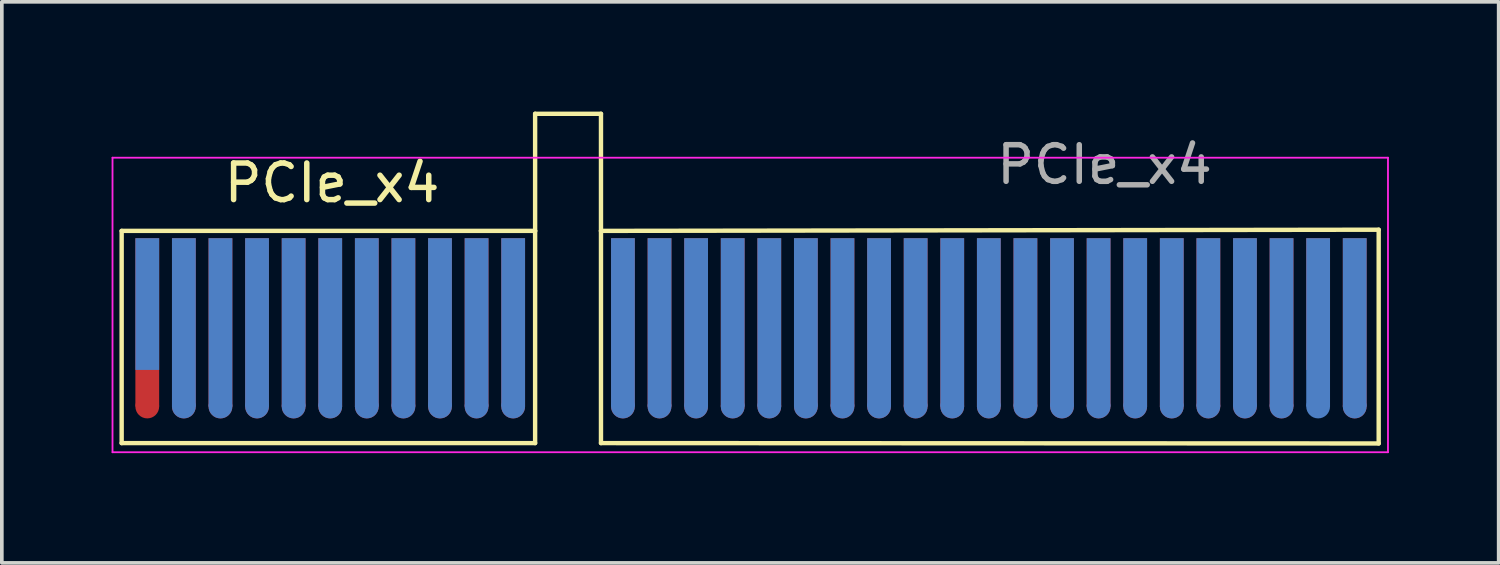
<source format=kicad_pcb>
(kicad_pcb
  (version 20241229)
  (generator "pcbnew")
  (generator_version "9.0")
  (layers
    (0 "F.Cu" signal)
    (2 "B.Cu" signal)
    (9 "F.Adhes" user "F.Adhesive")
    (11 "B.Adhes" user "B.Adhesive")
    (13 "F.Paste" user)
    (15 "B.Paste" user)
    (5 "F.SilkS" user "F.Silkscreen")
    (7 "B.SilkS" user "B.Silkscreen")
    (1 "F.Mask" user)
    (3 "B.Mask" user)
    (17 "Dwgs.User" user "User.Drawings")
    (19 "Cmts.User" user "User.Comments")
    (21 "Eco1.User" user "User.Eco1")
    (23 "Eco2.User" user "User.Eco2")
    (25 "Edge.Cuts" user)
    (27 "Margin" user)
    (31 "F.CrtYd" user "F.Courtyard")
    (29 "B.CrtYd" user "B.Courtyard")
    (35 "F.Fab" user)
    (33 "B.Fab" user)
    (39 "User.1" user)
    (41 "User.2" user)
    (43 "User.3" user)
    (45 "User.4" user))
  (footprint "PCIe_x4"
    (layer "F.Cu")
    (at 0.975 5.26)
    (property "Reference" "PCIe_x4" (at 5.05 -3.31 0) (layer "F.SilkS") (effects (font (size 1 1) (thickness 0.15))))
    (attr exclude_from_pos_files exclude_from_bom)
    (fp_line (start -0.7 -2) (end 10.6 -2) (stroke (width 0.12) (type solid)) (layer "F.SilkS"))
    (fp_line (start -0.7 3.8) (end -0.7 -2) (stroke (width 0.12) (type solid)) (layer "F.SilkS"))
    (fp_line (start 10.6 -5.2) (end 12.4 -5.2) (stroke (width 0.12) (type solid)) (layer "F.SilkS"))
    (fp_line (start 10.6 -2) (end 10.6 -5.2) (stroke (width 0.12) (type solid)) (layer "F.SilkS"))
    (fp_line (start 10.6 -2) (end 10.6 3.8) (stroke (width 0.12) (type solid)) (layer "F.SilkS"))
    (fp_line (start 10.6 3.8) (end -0.7 3.8) (stroke (width 0.12) (type solid)) (layer "F.SilkS"))
    (fp_line (start 12.4 -5.2) (end 12.4 -2) (stroke (width 0.12) (type solid)) (layer "F.SilkS"))
    (fp_line (start 12.4 -2) (end 12.4 3.8) (stroke (width 0.12) (type solid)) (layer "F.SilkS"))
    (fp_line (start 12.4 3.8) (end 33.655 3.81) (stroke (width 0.12) (type solid)) (layer "F.SilkS"))
    (fp_line (start 33.655 -2.032) (end 12.4 -2) (stroke (width 0.12) (type solid)) (layer "F.SilkS"))
    (fp_line (start 33.655 -2.032) (end 33.655 3.81) (stroke (width 0.12) (type solid)) (layer "F.SilkS"))
    (fp_line (start -0.95 -4) (end -0.95 4.05) (stroke (width 0.05) (type solid)) (layer "F.CrtYd"))
    (fp_line (start -0.95 -4) (end 33.909 -4) (stroke (width 0.05) (type solid)) (layer "F.CrtYd"))
    (fp_line (start 33.909 4.05) (end -0.95 4.05) (stroke (width 0.05) (type solid)) (layer "F.CrtYd"))
    (fp_line (start 33.909 4.05) (end 33.909 -4) (stroke (width 0.05) (type solid)) (layer "F.CrtYd"))
    (fp_text user "${REFERENCE}" (at 26.162 -3.81 0) (layer "F.Fab") (effects (font (size 1 1) (thickness 0.15))))
    (pad "" connect circle (at 0 2.8) (size 0.65 0.65) (layers "F.Cu" "F.Mask"))
    (pad "" connect circle (at 1 2.8) (size 0.65 0.65) (layers "F.Cu" "F.Mask"))
    (pad "" connect oval (at 1 2.8 90) (size 0.65 0.65) (layers "B.Cu" "B.Mask"))
    (pad "" connect circle (at 2 2.8) (size 0.65 0.65) (layers "F.Cu" "F.Mask"))
    (pad "" connect oval (at 2 2.8 90) (size 0.65 0.65) (layers "B.Cu" "B.Mask"))
    (pad "" connect circle (at 3 2.8) (size 0.65 0.65) (layers "F.Cu" "F.Mask"))
    (pad "" connect oval (at 3 2.8 90) (size 0.65 0.65) (layers "B.Cu" "B.Mask"))
    (pad "" connect circle (at 4 2.8) (size 0.65 0.65) (layers "F.Cu" "F.Mask"))
    (pad "" connect oval (at 4 2.8 90) (size 0.65 0.65) (layers "B.Cu" "B.Mask"))
    (pad "" connect circle (at 5 2.8) (size 0.65 0.65) (layers "F.Cu" "F.Mask"))
    (pad "" connect oval (at 5 2.8 90) (size 0.65 0.65) (layers "B.Cu" "B.Mask"))
    (pad "" connect circle (at 6 2.8) (size 0.65 0.65) (layers "F.Cu" "F.Mask"))
    (pad "" connect oval (at 6 2.8 90) (size 0.65 0.65) (layers "B.Cu" "B.Mask"))
    (pad "" connect circle (at 7 2.8) (size 0.65 0.65) (layers "F.Cu" "F.Mask"))
    (pad "" connect oval (at 7 2.8 90) (size 0.65 0.65) (layers "B.Cu" "B.Mask"))
    (pad "" connect circle (at 8 2.8) (size 0.65 0.65) (layers "F.Cu" "F.Mask"))
    (pad "" connect oval (at 8 2.8 90) (size 0.65 0.65) (layers "B.Cu" "B.Mask"))
    (pad "" connect circle (at 9 2.8) (size 0.65 0.65) (layers "F.Cu" "F.Mask"))
    (pad "" connect oval (at 9 2.8 90) (size 0.65 0.65) (layers "B.Cu" "B.Mask"))
    (pad "" connect circle (at 10 2.8) (size 0.65 0.65) (layers "F.Cu" "F.Mask"))
    (pad "" connect oval (at 10 2.8 90) (size 0.65 0.65) (layers "B.Cu" "B.Mask"))
    (pad "" connect circle (at 13 2.8) (size 0.65 0.65) (layers "F.Cu" "F.Mask"))
    (pad "" connect oval (at 13 2.8 90) (size 0.65 0.65) (layers "B.Cu" "B.Mask"))
    (pad "" connect circle (at 14 2.8) (size 0.65 0.65) (layers "F.Cu" "F.Mask"))
    (pad "" connect oval (at 14 2.8 90) (size 0.65 0.65) (layers "B.Cu" "B.Mask"))
    (pad "" connect circle (at 15 2.8) (size 0.65 0.65) (layers "F.Cu" "F.Mask"))
    (pad "" connect oval (at 15 2.8 90) (size 0.65 0.65) (layers "B.Cu" "B.Mask"))
    (pad "" connect circle (at 16 2.8) (size 0.65 0.65) (layers "F.Cu" "F.Mask"))
    (pad "" connect oval (at 16 2.8 90) (size 0.65 0.65) (layers "B.Cu" "B.Mask"))
    (pad "" connect circle (at 17 2.8) (size 0.65 0.65) (layers "F.Cu" "F.Mask"))
    (pad "" connect oval (at 17 2.8 90) (size 0.65 0.65) (layers "B.Cu" "B.Mask"))
    (pad "" connect circle (at 18 2.8) (size 0.65 0.65) (layers "F.Cu" "F.Mask"))
    (pad "" connect oval (at 18 2.8 90) (size 0.65 0.65) (layers "B.Cu" "B.Mask"))
    (pad "" connect circle (at 19 2.8) (size 0.65 0.65) (layers "F.Cu" "F.Mask"))
    (pad "" connect oval (at 19 2.8 90) (size 0.65 0.65) (layers "B.Cu" "B.Mask"))
    (pad "" connect circle (at 20 2.8) (size 0.65 0.65) (layers "F.Cu" "F.Mask"))
    (pad "" connect oval (at 20 2.8 90) (size 0.65 0.65) (layers "B.Cu" "B.Mask"))
    (pad "" connect circle (at 21 2.8) (size 0.65 0.65) (layers "F.Cu" "F.Mask"))
    (pad "" connect oval (at 21 2.8 90) (size 0.65 0.65) (layers "B.Cu" "B.Mask"))
    (pad "" connect circle (at 22 2.8) (size 0.65 0.65) (layers "F.Cu" "F.Mask"))
    (pad "" connect oval (at 22 2.8 90) (size 0.65 0.65) (layers "B.Cu" "B.Mask"))
    (pad "" connect circle (at 23 2.8) (size 0.65 0.65) (layers "F.Cu" "F.Mask"))
    (pad "" connect oval (at 23 2.8 90) (size 0.65 0.65) (layers "B.Cu" "B.Mask"))
    (pad "" connect circle (at 24 2.8) (size 0.65 0.65) (layers "F.Cu" "F.Mask"))
    (pad "" connect oval (at 24 2.8 90) (size 0.65 0.65) (layers "B.Cu" "B.Mask"))
    (pad "" connect circle (at 25 2.8) (size 0.65 0.65) (layers "F.Cu" "F.Mask"))
    (pad "" connect oval (at 25 2.8 90) (size 0.65 0.65) (layers "B.Cu" "B.Mask"))
    (pad "" connect circle (at 26 2.8) (size 0.65 0.65) (layers "F.Cu" "F.Mask"))
    (pad "" connect oval (at 26 2.8 90) (size 0.65 0.65) (layers "B.Cu" "B.Mask"))
    (pad "" connect circle (at 27 2.8) (size 0.65 0.65) (layers "F.Cu" "F.Mask"))
    (pad "" connect oval (at 27 2.8 90) (size 0.65 0.65) (layers "B.Cu" "B.Mask"))
    (pad "" connect circle (at 28 2.8) (size 0.65 0.65) (layers "F.Cu" "F.Mask"))
    (pad "" connect oval (at 28 2.8 90) (size 0.65 0.65) (layers "B.Cu" "B.Mask"))
    (pad "" connect circle (at 29 2.8) (size 0.65 0.65) (layers "F.Cu" "F.Mask"))
    (pad "" connect oval (at 29 2.8 90) (size 0.65 0.65) (layers "B.Cu" "B.Mask"))
    (pad "" connect circle (at 30 2.8) (size 0.65 0.65) (layers "F.Cu" "F.Mask"))
    (pad "" connect oval (at 30 2.8 90) (size 0.65 0.65) (layers "B.Cu" "B.Mask"))
    (pad "" connect circle (at 31 2.8) (size 0.65 0.65) (layers "F.Cu" "F.Mask"))
    (pad "" connect oval (at 31 2.8 90) (size 0.65 0.65) (layers "B.Cu" "B.Mask"))
    (pad "" connect oval (at 32 2.8 90) (size 0.65 0.65) (layers "B.Cu" "B.Mask"))
    (pad "" connect circle (at 33 2.8) (size 0.65 0.65) (layers "F.Cu" "F.Mask"))
    (pad "" connect oval (at 33 2.8 90) (size 0.65 0.65) (layers "B.Cu" "B.Mask"))
    (pad "A1" connect rect (at 0 0) (size 0.65 3.6) (layers "B.Cu" "B.Mask"))
    (pad "A2" connect rect (at 1 0.5) (size 0.65 4.6) (layers "B.Cu" "B.Mask"))
    (pad "A3" connect rect (at 2 0.5) (size 0.65 4.6) (layers "B.Cu" "B.Mask"))
    (pad "A4" connect rect (at 3 0.5) (size 0.65 4.6) (layers "B.Cu" "B.Mask"))
    (pad "A5" connect rect (at 4 0.5) (size 0.65 4.6) (layers "B.Cu" "B.Mask"))
    (pad "A6" connect rect (at 5 0.5) (size 0.65 4.6) (layers "B.Cu" "B.Mask"))
    (pad "A7" connect rect (at 6 0.5) (size 0.65 4.6) (layers "B.Cu" "B.Mask"))
    (pad "A8" connect rect (at 7 0.5) (size 0.65 4.6) (layers "B.Cu" "B.Mask"))
    (pad "A9" connect rect (at 8 0.5) (size 0.65 4.6) (layers "B.Cu" "B.Mask"))
    (pad "A10" connect rect (at 9 0.5) (size 0.65 4.6) (layers "B.Cu" "B.Mask"))
    (pad "A11" connect rect (at 10 0.5) (size 0.65 4.6) (layers "B.Cu" "B.Mask"))
    (pad "A12" connect rect (at 13 0.5) (size 0.65 4.6) (layers "B.Cu" "B.Mask"))
    (pad "A13" connect rect (at 14 0.5) (size 0.65 4.6) (layers "B.Cu" "B.Mask"))
    (pad "A14" connect rect (at 15 0.5) (size 0.65 4.6) (layers "B.Cu" "B.Mask"))
    (pad "A15" connect rect (at 16 0.5) (size 0.65 4.6) (layers "B.Cu" "B.Mask"))
    (pad "A16" connect rect (at 17 0.5) (size 0.65 4.6) (layers "B.Cu" "B.Mask"))
    (pad "A17" connect rect (at 18 0.5) (size 0.65 4.6) (layers "B.Cu" "B.Mask"))
    (pad "A18" connect rect (at 19 0.5) (size 0.65 4.6) (layers "B.Cu" "B.Mask"))
    (pad "A19" connect rect (at 20 0.5) (size 0.65 4.6) (layers "B.Cu" "B.Mask"))
    (pad "A20" connect rect (at 21 0.5) (size 0.65 4.6) (layers "B.Cu" "B.Mask"))
    (pad "A21" connect rect (at 22 0.5) (size 0.65 4.6) (layers "B.Cu" "B.Mask"))
    (pad "A22" connect rect (at 23 0.5) (size 0.65 4.6) (layers "B.Cu" "B.Mask"))
    (pad "A23" connect rect (at 24 0.5) (size 0.65 4.6) (layers "B.Cu" "B.Mask"))
    (pad "A24" connect rect (at 25 0.5) (size 0.65 4.6) (layers "B.Cu" "B.Mask"))
    (pad "A25" connect rect (at 26 0.5) (size 0.65 4.6) (layers "B.Cu" "B.Mask"))
    (pad "A26" connect rect (at 27 0.5) (size 0.65 4.6) (layers "B.Cu" "B.Mask"))
    (pad "A27" connect rect (at 28 0.5) (size 0.65 4.6) (layers "B.Cu" "B.Mask"))
    (pad "A28" connect rect (at 29 0.5) (size 0.65 4.6) (layers "B.Cu" "B.Mask"))
    (pad "A29" connect rect (at 30 0.5) (size 0.65 4.6) (layers "B.Cu" "B.Mask"))
    (pad "A30" connect rect (at 31 0.5) (size 0.65 4.6) (layers "B.Cu" "B.Mask"))
    (pad "A31" connect rect (at 32 0.5) (size 0.65 4.6) (layers "B.Cu" "B.Mask"))
    (pad "A32" connect rect (at 33 0.5) (size 0.65 4.6) (layers "B.Cu" "B.Mask"))
    (pad "B1" connect rect (at 0 0.5) (size 0.65 4.6) (layers "F.Cu" "F.Mask"))
    (pad "B2" connect rect (at 1 0.5) (size 0.65 4.6) (layers "F.Cu" "F.Mask"))
    (pad "B3" connect rect (at 2 0.5) (size 0.65 4.6) (layers "F.Cu" "F.Mask"))
    (pad "B4" connect rect (at 3 0.5) (size 0.65 4.6) (layers "F.Cu" "F.Mask"))
    (pad "B5" connect rect (at 4 0.5) (size 0.65 4.6) (layers "F.Cu" "F.Mask"))
    (pad "B6" connect rect (at 5 0.5) (size 0.65 4.6) (layers "F.Cu" "F.Mask"))
    (pad "B7" connect rect (at 6 0.5) (size 0.65 4.6) (layers "F.Cu" "F.Mask"))
    (pad "B8" connect rect (at 7 0.5) (size 0.65 4.6) (layers "F.Cu" "F.Mask"))
    (pad "B9" connect rect (at 8 0.5) (size 0.65 4.6) (layers "F.Cu" "F.Mask"))
    (pad "B10" connect rect (at 9 0.5) (size 0.65 4.6) (layers "F.Cu" "F.Mask"))
    (pad "B11" connect rect (at 10 0.5) (size 0.65 4.6) (layers "F.Cu" "F.Mask"))
    (pad "B12" connect rect (at 13 0.5) (size 0.65 4.6) (layers "F.Cu" "F.Mask"))
    (pad "B13" connect rect (at 14 0.5) (size 0.65 4.6) (layers "F.Cu" "F.Mask"))
    (pad "B14" connect rect (at 15 0.5) (size 0.65 4.6) (layers "F.Cu" "F.Mask"))
    (pad "B15" connect rect (at 16 0.5) (size 0.65 4.6) (layers "F.Cu" "F.Mask"))
    (pad "B16" connect rect (at 17 0.5) (size 0.65 4.6) (layers "F.Cu" "F.Mask"))
    (pad "B17" connect rect (at 18 0.5) (size 0.65 4.6) (layers "F.Cu" "F.Mask"))
    (pad "B18" connect rect (at 19 0.5) (size 0.65 4.6) (layers "F.Cu" "F.Mask"))
    (pad "B19" connect rect (at 20 0.5) (size 0.65 4.6) (layers "F.Cu" "F.Mask"))
    (pad "B20" connect rect (at 21 0.5) (size 0.65 4.6) (layers "F.Cu" "F.Mask"))
    (pad "B21" connect rect (at 22 0.5) (size 0.65 4.6) (layers "F.Cu" "F.Mask"))
    (pad "B22" connect rect (at 23 0.5) (size 0.65 4.6) (layers "F.Cu" "F.Mask"))
    (pad "B23" connect rect (at 24 0.5) (size 0.65 4.6) (layers "F.Cu" "F.Mask"))
    (pad "B24" connect rect (at 25 0.5) (size 0.65 4.6) (layers "F.Cu" "F.Mask"))
    (pad "B25" connect rect (at 26 0.5) (size 0.65 4.6) (layers "F.Cu" "F.Mask"))
    (pad "B26" connect rect (at 27 0.5) (size 0.65 4.6) (layers "F.Cu" "F.Mask"))
    (pad "B27" connect rect (at 28 0.5) (size 0.65 4.6) (layers "F.Cu" "F.Mask"))
    (pad "B28" connect rect (at 29 0.5) (size 0.65 4.6) (layers "F.Cu" "F.Mask"))
    (pad "B29" connect rect (at 30 0.5) (size 0.65 4.6) (layers "F.Cu" "F.Mask"))
    (pad "B30" connect rect (at 31 0.5) (size 0.65 4.6) (layers "F.Cu" "F.Mask"))
    (pad "B31" connect rect (at 32 0) (size 0.65 3.6) (layers "F.Cu" "F.Mask"))
    (pad "B32" connect rect (at 33 0.5) (size 0.65 4.6) (layers "F.Cu" "F.Mask")))
  (gr_rect
    (start -3 -3)
    (end 37.909 12.335)
    (stroke (width 0.1) (type default))
    (fill no)
    (layer "Edge.Cuts")))
</source>
